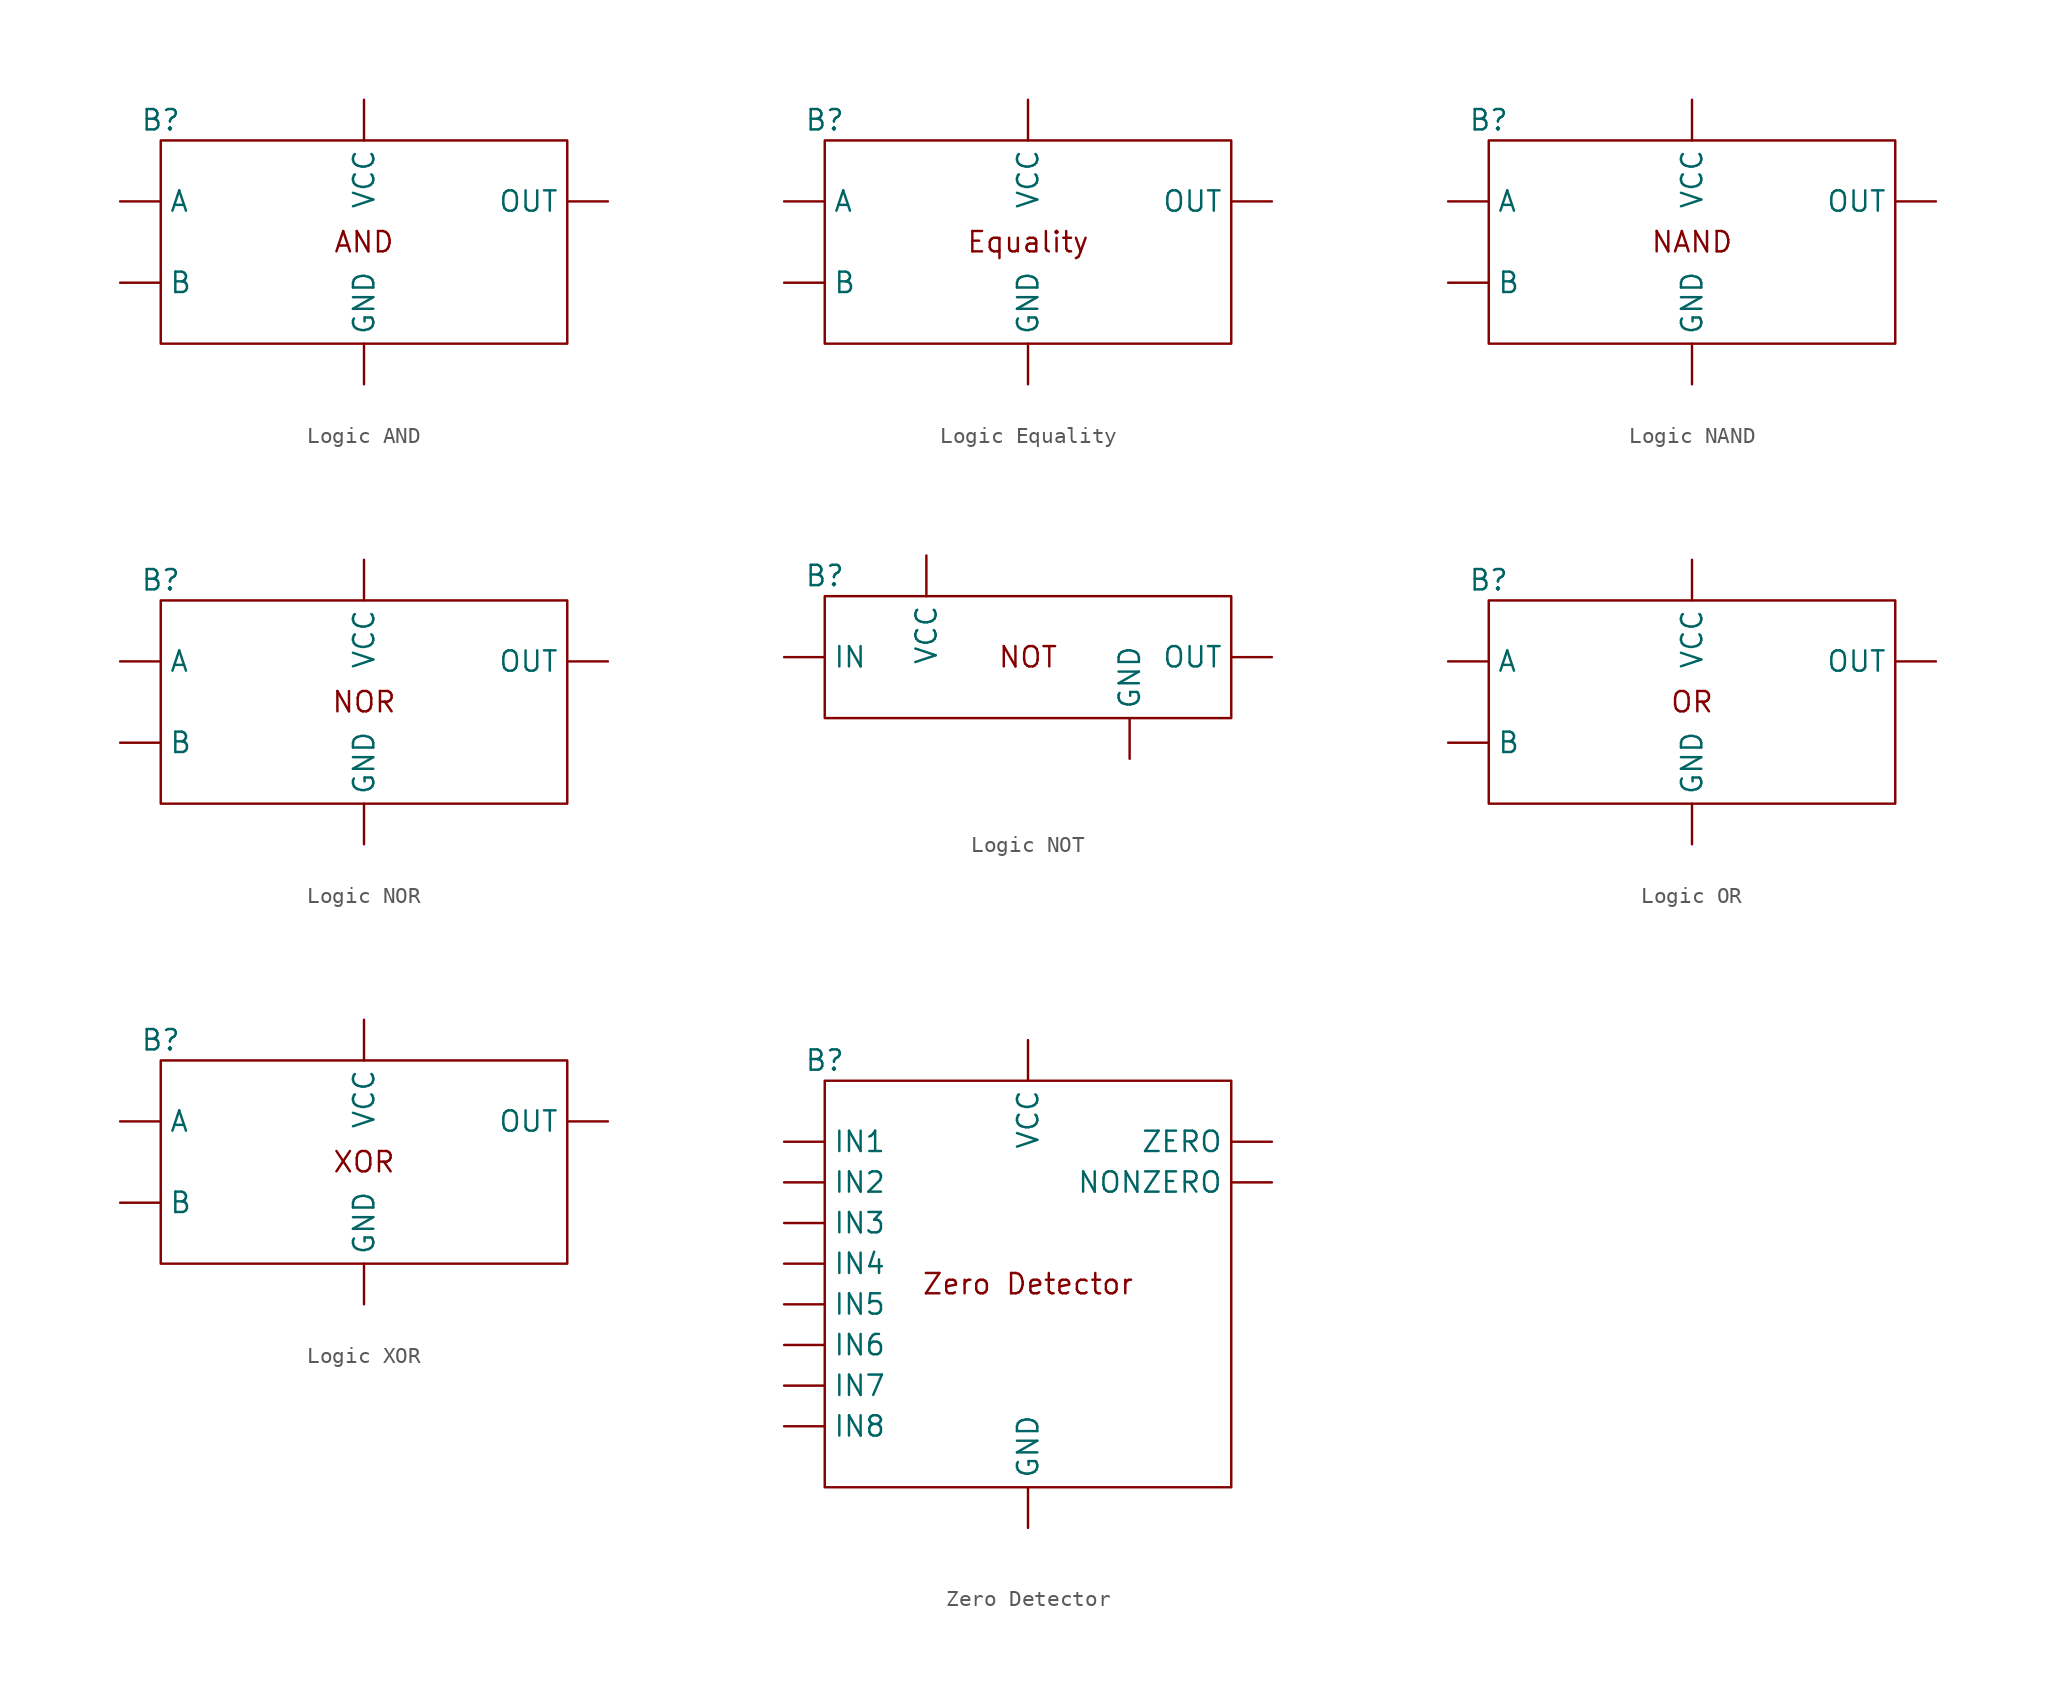
<source format=kicad_sym>
(kicad_symbol_lib
  (version 20220914)
  (generator kicad_symbol_editor)
  (symbol "Logic AND"
    (property "Reference" "B"
      (at -12.7 7.62 0)
      (effects (font (size 1.27 1.27))))
    (property "Value" ""
      (at 0 -6.35 0)
      (effects (font (size 1.27 1.27))))
    (symbol "Logic AND_0_1"
      (rectangle (start -12.7 6.35) (end 12.7 -6.35) (stroke (width 0) (type default)) (fill (type none))))
    (symbol "Logic AND_1_1"
      (text "AND" (at 0 0 0) (effects (font (size 1.27 1.27))))
      (pin input line (at -15.24 2.54 0) (length 2.54) (name "A" (effects (font (size 1.27 1.27)))) (number "" (effects (font (size 1.27 1.27)))))
      (pin input line (at -15.24 -2.54 0) (length 2.54) (name "B" (effects (font (size 1.27 1.27)))) (number "" (effects (font (size 1.27 1.27)))))
      (pin power_in line (at 0 -8.89 90) (length 2.54) (name "GND" (effects (font (size 1.27 1.27)))) (number "" (effects (font (size 1.27 1.27)))))
      (pin output line (at 15.24 2.54 180) (length 2.54) (name "OUT" (effects (font (size 1.27 1.27)))) (number "" (effects (font (size 1.27 1.27)))))
      (pin power_in line (at 0 8.89 270) (length 2.54) (name "VCC" (effects (font (size 1.27 1.27)))) (number "" (effects (font (size 1.27 1.27)))))))
  (symbol "Logic Equality"
    (property "Reference" "B"
      (at -12.7 7.62 0)
      (effects (font (size 1.27 1.27))))
    (property "Value" ""
      (at 0 -6.35 0)
      (effects (font (size 1.27 1.27))))
    (symbol "Logic Equality_0_1"
      (rectangle (start -12.7 6.35) (end 12.7 -6.35) (stroke (width 0) (type default)) (fill (type none))))
    (symbol "Logic Equality_1_1"
      (text "Equality" (at 0 0 0) (effects (font (size 1.27 1.27))))
      (pin input line (at -15.24 2.54 0) (length 2.54) (name "A" (effects (font (size 1.27 1.27)))) (number "" (effects (font (size 1.27 1.27)))))
      (pin input line (at -15.24 -2.54 0) (length 2.54) (name "B" (effects (font (size 1.27 1.27)))) (number "" (effects (font (size 1.27 1.27)))))
      (pin power_in line (at 0 -8.89 90) (length 2.54) (name "GND" (effects (font (size 1.27 1.27)))) (number "" (effects (font (size 1.27 1.27)))))
      (pin output line (at 15.24 2.54 180) (length 2.54) (name "OUT" (effects (font (size 1.27 1.27)))) (number "" (effects (font (size 1.27 1.27)))))
      (pin power_in line (at 0 8.89 270) (length 2.54) (name "VCC" (effects (font (size 1.27 1.27)))) (number "" (effects (font (size 1.27 1.27)))))))
  (symbol "Logic NAND"
    (property "Reference" "B"
      (at -12.7 7.62 0)
      (effects (font (size 1.27 1.27))))
    (property "Value" ""
      (at 0 -6.35 0)
      (effects (font (size 1.27 1.27))))
    (symbol "Logic NAND_0_1"
      (rectangle (start -12.7 6.35) (end 12.7 -6.35) (stroke (width 0) (type default)) (fill (type none))))
    (symbol "Logic NAND_1_1"
      (text "NAND" (at 0 0 0) (effects (font (size 1.27 1.27))))
      (pin input line (at -15.24 2.54 0) (length 2.54) (name "A" (effects (font (size 1.27 1.27)))) (number "" (effects (font (size 1.27 1.27)))))
      (pin input line (at -15.24 -2.54 0) (length 2.54) (name "B" (effects (font (size 1.27 1.27)))) (number "" (effects (font (size 1.27 1.27)))))
      (pin power_in line (at 0 -8.89 90) (length 2.54) (name "GND" (effects (font (size 1.27 1.27)))) (number "" (effects (font (size 1.27 1.27)))))
      (pin output line (at 15.24 2.54 180) (length 2.54) (name "OUT" (effects (font (size 1.27 1.27)))) (number "" (effects (font (size 1.27 1.27)))))
      (pin power_in line (at 0 8.89 270) (length 2.54) (name "VCC" (effects (font (size 1.27 1.27)))) (number "" (effects (font (size 1.27 1.27)))))))
  (symbol "Logic NOR"
    (property "Reference" "B"
      (at -12.7 7.62 0)
      (effects (font (size 1.27 1.27))))
    (property "Value" ""
      (at 0 -6.35 0)
      (effects (font (size 1.27 1.27))))
    (symbol "Logic NOR_0_1"
      (rectangle (start -12.7 6.35) (end 12.7 -6.35) (stroke (width 0) (type default)) (fill (type none))))
    (symbol "Logic NOR_1_1"
      (text "NOR" (at 0 0 0) (effects (font (size 1.27 1.27))))
      (pin input line (at -15.24 2.54 0) (length 2.54) (name "A" (effects (font (size 1.27 1.27)))) (number "" (effects (font (size 1.27 1.27)))))
      (pin input line (at -15.24 -2.54 0) (length 2.54) (name "B" (effects (font (size 1.27 1.27)))) (number "" (effects (font (size 1.27 1.27)))))
      (pin power_in line (at 0 -8.89 90) (length 2.54) (name "GND" (effects (font (size 1.27 1.27)))) (number "" (effects (font (size 1.27 1.27)))))
      (pin output line (at 15.24 2.54 180) (length 2.54) (name "OUT" (effects (font (size 1.27 1.27)))) (number "" (effects (font (size 1.27 1.27)))))
      (pin power_in line (at 0 8.89 270) (length 2.54) (name "VCC" (effects (font (size 1.27 1.27)))) (number "" (effects (font (size 1.27 1.27)))))))
  (symbol "Logic NOT"
    (property "Reference" "B"
      (at -12.7 5.08 0)
      (effects (font (size 1.27 1.27))))
    (property "Value" ""
      (at 0 -8.89 0)
      (effects (font (size 1.27 1.27))))
    (symbol "Logic NOT_0_1"
      (rectangle (start -12.7 3.81) (end 12.7 -3.81) (stroke (width 0) (type default)) (fill (type none))))
    (symbol "Logic NOT_1_1"
      (text "NOT" (at 0 0 0) (effects (font (size 1.27 1.27))))
      (pin power_in line (at 6.35 -6.35 90) (length 2.54) (name "GND" (effects (font (size 1.27 1.27)))) (number "" (effects (font (size 1.27 1.27)))))
      (pin input line (at -15.24 0 0) (length 2.54) (name "IN" (effects (font (size 1.27 1.27)))) (number "" (effects (font (size 1.27 1.27)))))
      (pin output line (at 15.24 0 180) (length 2.54) (name "OUT" (effects (font (size 1.27 1.27)))) (number "" (effects (font (size 1.27 1.27)))))
      (pin power_in line (at -6.35 6.35 270) (length 2.54) (name "VCC" (effects (font (size 1.27 1.27)))) (number "" (effects (font (size 1.27 1.27)))))))
  (symbol "Logic OR"
    (property "Reference" "B"
      (at -12.7 7.62 0)
      (effects (font (size 1.27 1.27))))
    (property "Value" ""
      (at 0 -6.35 0)
      (effects (font (size 1.27 1.27))))
    (symbol "Logic OR_0_1"
      (rectangle (start -12.7 6.35) (end 12.7 -6.35) (stroke (width 0) (type default)) (fill (type none))))
    (symbol "Logic OR_1_1"
      (text "OR" (at 0 0 0) (effects (font (size 1.27 1.27))))
      (pin input line (at -15.24 2.54 0) (length 2.54) (name "A" (effects (font (size 1.27 1.27)))) (number "" (effects (font (size 1.27 1.27)))))
      (pin input line (at -15.24 -2.54 0) (length 2.54) (name "B" (effects (font (size 1.27 1.27)))) (number "" (effects (font (size 1.27 1.27)))))
      (pin power_in line (at 0 -8.89 90) (length 2.54) (name "GND" (effects (font (size 1.27 1.27)))) (number "" (effects (font (size 1.27 1.27)))))
      (pin output line (at 15.24 2.54 180) (length 2.54) (name "OUT" (effects (font (size 1.27 1.27)))) (number "" (effects (font (size 1.27 1.27)))))
      (pin power_in line (at 0 8.89 270) (length 2.54) (name "VCC" (effects (font (size 1.27 1.27)))) (number "" (effects (font (size 1.27 1.27)))))))
  (symbol "Logic XOR"
    (property "Reference" "B"
      (at -12.7 7.62 0)
      (effects (font (size 1.27 1.27))))
    (property "Value" ""
      (at 0 -6.35 0)
      (effects (font (size 1.27 1.27))))
    (symbol "Logic XOR_0_1"
      (rectangle (start -12.7 6.35) (end 12.7 -6.35) (stroke (width 0) (type default)) (fill (type none))))
    (symbol "Logic XOR_1_1"
      (text "XOR" (at 0 0 0) (effects (font (size 1.27 1.27))))
      (pin input line (at -15.24 2.54 0) (length 2.54) (name "A" (effects (font (size 1.27 1.27)))) (number "" (effects (font (size 1.27 1.27)))))
      (pin input line (at -15.24 -2.54 0) (length 2.54) (name "B" (effects (font (size 1.27 1.27)))) (number "" (effects (font (size 1.27 1.27)))))
      (pin power_in line (at 0 -8.89 90) (length 2.54) (name "GND" (effects (font (size 1.27 1.27)))) (number "" (effects (font (size 1.27 1.27)))))
      (pin output line (at 15.24 2.54 180) (length 2.54) (name "OUT" (effects (font (size 1.27 1.27)))) (number "" (effects (font (size 1.27 1.27)))))
      (pin power_in line (at 0 8.89 270) (length 2.54) (name "VCC" (effects (font (size 1.27 1.27)))) (number "" (effects (font (size 1.27 1.27)))))))
  (symbol "Zero Detector"
    (property "Reference" "B"
      (at -12.7 13.97 0)
      (effects (font (size 1.27 1.27))))
    (property "Value" ""
      (at 0 0 0)
      (effects (font (size 1.27 1.27))))
    (symbol "Zero Detector_0_1"
      (rectangle (start -12.7 12.7) (end 12.7 -12.7) (stroke (width 0) (type default)) (fill (type none))))
    (symbol "Zero Detector_1_1"
      (text "Zero Detector" (at 0 0 0) (effects (font (size 1.27 1.27))))
      (pin power_in line (at 0 -15.24 90) (length 2.54) (name "GND" (effects (font (size 1.27 1.27)))) (number "" (effects (font (size 1.27 1.27)))))
      (pin input line (at -15.24 8.89 0) (length 2.54) (name "IN1" (effects (font (size 1.27 1.27)))) (number "" (effects (font (size 1.27 1.27)))))
      (pin input line (at -15.24 6.35 0) (length 2.54) (name "IN2" (effects (font (size 1.27 1.27)))) (number "" (effects (font (size 1.27 1.27)))))
      (pin input line (at -15.24 3.81 0) (length 2.54) (name "IN3" (effects (font (size 1.27 1.27)))) (number "" (effects (font (size 1.27 1.27)))))
      (pin input line (at -15.24 1.27 0) (length 2.54) (name "IN4" (effects (font (size 1.27 1.27)))) (number "" (effects (font (size 1.27 1.27)))))
      (pin input line (at -15.24 -1.27 0) (length 2.54) (name "IN5" (effects (font (size 1.27 1.27)))) (number "" (effects (font (size 1.27 1.27)))))
      (pin input line (at -15.24 -3.81 0) (length 2.54) (name "IN6" (effects (font (size 1.27 1.27)))) (number "" (effects (font (size 1.27 1.27)))))
      (pin input line (at -15.24 -6.35 0) (length 2.54) (name "IN7" (effects (font (size 1.27 1.27)))) (number "" (effects (font (size 1.27 1.27)))))
      (pin input line (at -15.24 -8.89 0) (length 2.54) (name "IN8" (effects (font (size 1.27 1.27)))) (number "" (effects (font (size 1.27 1.27)))))
      (pin open_collector line (at 15.24 6.35 180) (length 2.54) (name "NONZERO" (effects (font (size 1.27 1.27)))) (number "" (effects (font (size 1.27 1.27)))))
      (pin power_in line (at 0 15.24 270) (length 2.54) (name "VCC" (effects (font (size 1.27 1.27)))) (number "" (effects (font (size 1.27 1.27)))))
      (pin open_collector line (at 15.24 8.89 180) (length 2.54) (name "ZERO" (effects (font (size 1.27 1.27)))) (number "" (effects (font (size 1.27 1.27))))))))
</source>
